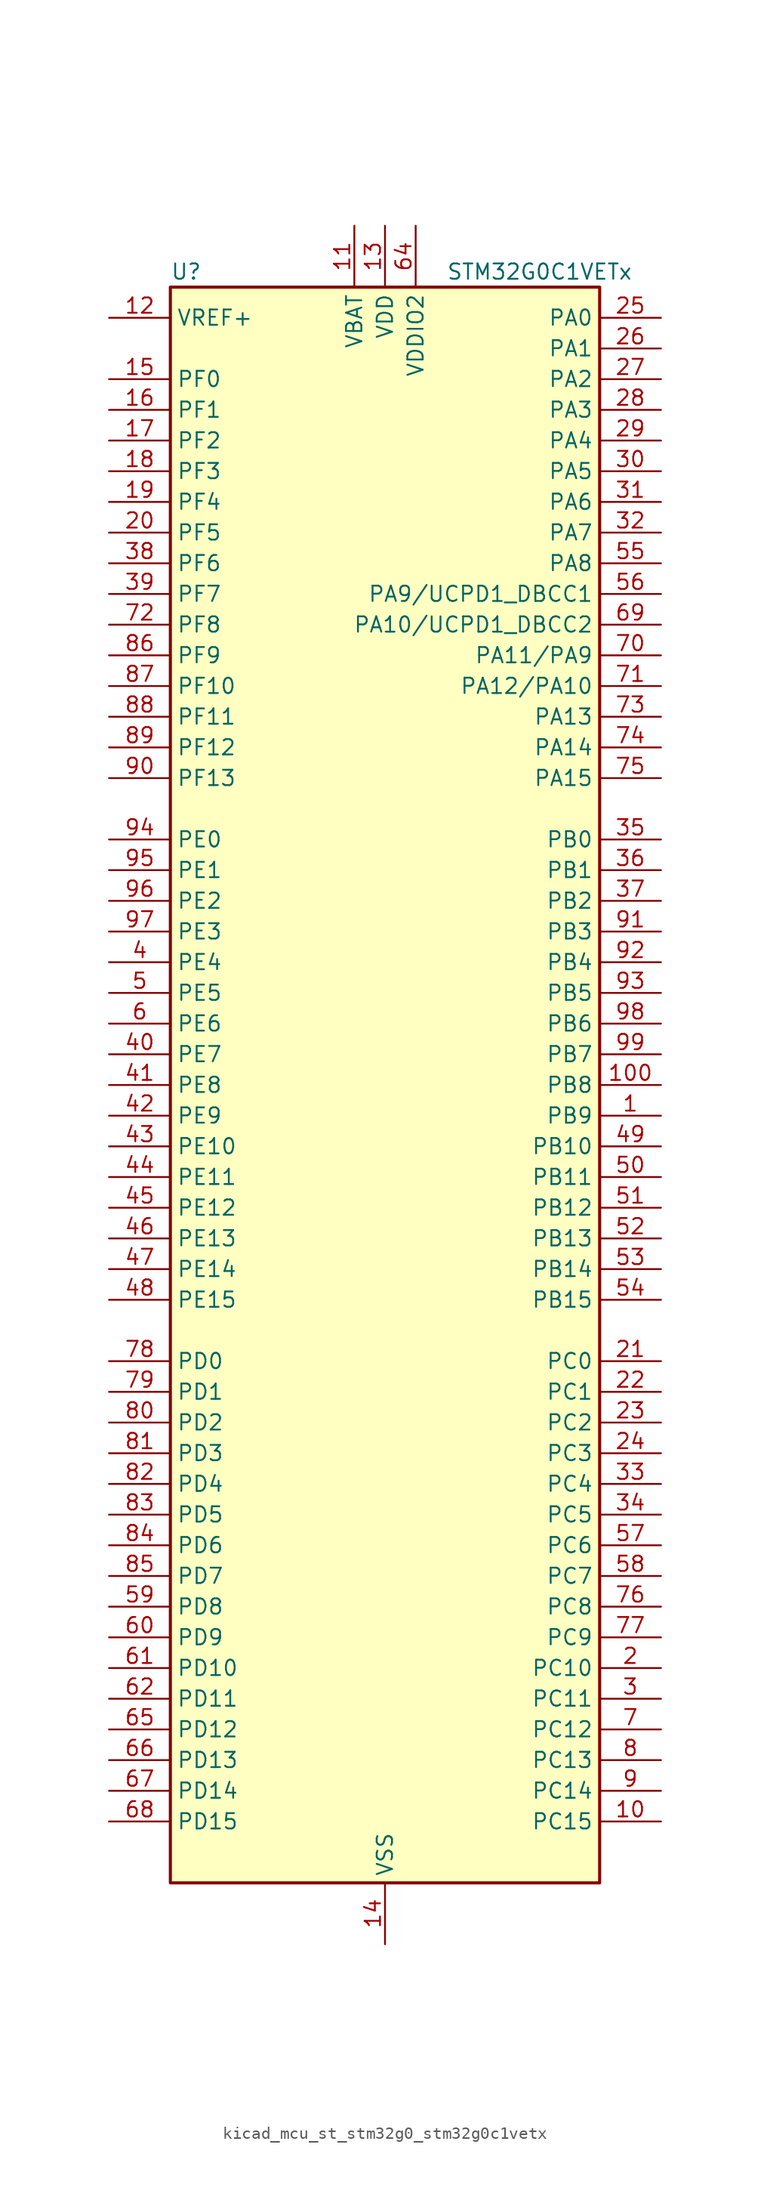
<source format=kicad_sym>
(kicad_symbol_lib
  (version 20220914)
  (generator kicad_symbol_editor)
  (symbol "kicad_mcu_st_stm32g0_stm32g0c1vetx"
    (property "Reference" "U"
      (at -17.78 67.31 0)
      (effects (font (size 1.27 1.27)) (justify left)))
    (property "Value" "STM32G0C1VETx"
      (at 5.08 67.31 0)
      (effects (font (size 1.27 1.27)) (justify left)))
    (property "ki_locked" ""
      (at 0 0 0)
      (effects (font (size 1.27 1.27))))
    (symbol "kicad_mcu_st_stm32g0_stm32g0c1vetx_0_1"
      (rectangle (start -17.78 -66.04) (end 17.78 66.04) (stroke (width 0.254) (type default)) (fill (type background))))
    (symbol "kicad_mcu_st_stm32g0_stm32g0c1vetx_1_1"
      (pin bidirectional line (at 22.86 -2.54 180) (length 5.08) (name "PB9" (effects (font (size 1.27 1.27)))) (number "1" (effects (font (size 1.27 1.27)))) (alternate "DAC1_EXTI9" bidirectional line) (alternate "FDCAN1_TX" bidirectional line) (alternate "I2C1_SDA" bidirectional line) (alternate "I2S2_WS" bidirectional line) (alternate "IR_OUT" bidirectional line) (alternate "SPI2_NSS" bidirectional line) (alternate "TIM17_CH1" bidirectional line) (alternate "TIM4_CH4" bidirectional line) (alternate "UCPD2_FRSTX1" bidirectional line) (alternate "UCPD2_FRSTX2" bidirectional line) (alternate "USART3_RX" bidirectional line) (alternate "USART6_RX" bidirectional line))
      (pin bidirectional line (at 22.86 -60.96 180) (length 5.08) (name "PC15" (effects (font (size 1.27 1.27)))) (number "10" (effects (font (size 1.27 1.27)))) (alternate "RCC_OSC32_EN" bidirectional line) (alternate "RCC_OSC32_OUT" bidirectional line) (alternate "RCC_OSC_EN" bidirectional line) (alternate "TIM15_BK" bidirectional line))
      (pin bidirectional line (at 22.86 0 180) (length 5.08) (name "PB8" (effects (font (size 1.27 1.27)))) (number "100" (effects (font (size 1.27 1.27)))) (alternate "CEC" bidirectional line) (alternate "FDCAN1_RX" bidirectional line) (alternate "I2C1_SCL" bidirectional line) (alternate "I2S2_CK" bidirectional line) (alternate "SPI2_SCK" bidirectional line) (alternate "TIM15_BK" bidirectional line) (alternate "TIM16_CH1" bidirectional line) (alternate "TIM4_CH3" bidirectional line) (alternate "USART3_TX" bidirectional line) (alternate "USART6_TX" bidirectional line))
      (pin power_in line (at -2.54 71.12 270) (length 5.08) (name "VBAT" (effects (font (size 1.27 1.27)))) (number "11" (effects (font (size 1.27 1.27)))))
      (pin input line (at -22.86 63.5 0) (length 5.08) (name "VREF+" (effects (font (size 1.27 1.27)))) (number "12" (effects (font (size 1.27 1.27)))) (alternate "VREFBUF_OUT" bidirectional line))
      (pin power_in line (at 0 71.12 270) (length 5.08) (name "VDD" (effects (font (size 1.27 1.27)))) (number "13" (effects (font (size 1.27 1.27)))))
      (pin power_in line (at 0 -71.12 90) (length 5.08) (name "VSS" (effects (font (size 1.27 1.27)))) (number "14" (effects (font (size 1.27 1.27)))))
      (pin bidirectional line (at -22.86 58.42 0) (length 5.08) (name "PF0" (effects (font (size 1.27 1.27)))) (number "15" (effects (font (size 1.27 1.27)))) (alternate "CRS1_SYNC" bidirectional line) (alternate "RCC_OSC_IN" bidirectional line) (alternate "TIM14_CH1" bidirectional line))
      (pin bidirectional line (at -22.86 55.88 0) (length 5.08) (name "PF1" (effects (font (size 1.27 1.27)))) (number "16" (effects (font (size 1.27 1.27)))) (alternate "RCC_OSC_EN" bidirectional line) (alternate "RCC_OSC_OUT" bidirectional line) (alternate "TIM15_CH1N" bidirectional line))
      (pin bidirectional line (at -22.86 53.34 0) (length 5.08) (name "PF2" (effects (font (size 1.27 1.27)))) (number "17" (effects (font (size 1.27 1.27)))) (alternate "LPUART2_DE" bidirectional line) (alternate "LPUART2_RTS" bidirectional line) (alternate "LPUART2_TX" bidirectional line) (alternate "RCC_MCO" bidirectional line))
      (pin bidirectional line (at -22.86 50.8 0) (length 5.08) (name "PF3" (effects (font (size 1.27 1.27)))) (number "18" (effects (font (size 1.27 1.27)))) (alternate "LPUART2_RX" bidirectional line) (alternate "USART6_CK" bidirectional line) (alternate "USART6_DE" bidirectional line) (alternate "USART6_RTS" bidirectional line))
      (pin bidirectional line (at -22.86 48.26 0) (length 5.08) (name "PF4" (effects (font (size 1.27 1.27)))) (number "19" (effects (font (size 1.27 1.27)))) (alternate "LPUART1_TX" bidirectional line))
      (pin bidirectional line (at 22.86 -48.26 180) (length 5.08) (name "PC10" (effects (font (size 1.27 1.27)))) (number "2" (effects (font (size 1.27 1.27)))) (alternate "SPI3_SCK" bidirectional line) (alternate "TIM1_CH3" bidirectional line) (alternate "USART3_TX" bidirectional line) (alternate "USART4_TX" bidirectional line))
      (pin bidirectional line (at -22.86 45.72 0) (length 5.08) (name "PF5" (effects (font (size 1.27 1.27)))) (number "20" (effects (font (size 1.27 1.27)))) (alternate "LPUART1_RX" bidirectional line))
      (pin bidirectional line (at 22.86 -22.86 180) (length 5.08) (name "PC0" (effects (font (size 1.27 1.27)))) (number "21" (effects (font (size 1.27 1.27)))) (alternate "COMP3_INM" bidirectional line) (alternate "COMP3_OUT" bidirectional line) (alternate "I2C3_SCL" bidirectional line) (alternate "LPTIM1_IN1" bidirectional line) (alternate "LPTIM2_IN1" bidirectional line) (alternate "LPUART1_RX" bidirectional line) (alternate "LPUART2_TX" bidirectional line) (alternate "USART6_TX" bidirectional line))
      (pin bidirectional line (at 22.86 -25.4 180) (length 5.08) (name "PC1" (effects (font (size 1.27 1.27)))) (number "22" (effects (font (size 1.27 1.27)))) (alternate "COMP3_INP" bidirectional line) (alternate "I2C3_SDA" bidirectional line) (alternate "LPTIM1_OUT" bidirectional line) (alternate "LPUART1_TX" bidirectional line) (alternate "LPUART2_RX" bidirectional line) (alternate "TIM15_CH1" bidirectional line) (alternate "USART6_RX" bidirectional line))
      (pin bidirectional line (at 22.86 -27.94 180) (length 5.08) (name "PC2" (effects (font (size 1.27 1.27)))) (number "23" (effects (font (size 1.27 1.27)))) (alternate "COMP3_OUT" bidirectional line) (alternate "FDCAN2_RX" bidirectional line) (alternate "I2S2_MCK" bidirectional line) (alternate "LPTIM1_IN2" bidirectional line) (alternate "SPI2_MISO" bidirectional line) (alternate "TIM15_CH2" bidirectional line))
      (pin bidirectional line (at 22.86 -30.48 180) (length 5.08) (name "PC3" (effects (font (size 1.27 1.27)))) (number "24" (effects (font (size 1.27 1.27)))) (alternate "FDCAN2_TX" bidirectional line) (alternate "I2S2_SD" bidirectional line) (alternate "LPTIM1_ETR" bidirectional line) (alternate "LPTIM2_ETR" bidirectional line) (alternate "SPI2_MOSI" bidirectional line))
      (pin bidirectional line (at 22.86 63.5 180) (length 5.08) (name "PA0" (effects (font (size 1.27 1.27)))) (number "25" (effects (font (size 1.27 1.27)))) (alternate "ADC1_IN0" bidirectional line) (alternate "COMP1_INM" bidirectional line) (alternate "COMP1_OUT" bidirectional line) (alternate "I2S2_CK" bidirectional line) (alternate "LPTIM1_OUT" bidirectional line) (alternate "RTC_TAMP_IN2" bidirectional line) (alternate "SPI2_SCK" bidirectional line) (alternate "SYS_WKUP1" bidirectional line) (alternate "TIM2_CH1" bidirectional line) (alternate "TIM2_ETR" bidirectional line) (alternate "UCPD2_FRSTX1" bidirectional line) (alternate "UCPD2_FRSTX2" bidirectional line) (alternate "USART2_CTS" bidirectional line) (alternate "USART2_NSS" bidirectional line) (alternate "USART4_TX" bidirectional line))
      (pin bidirectional line (at 22.86 60.96 180) (length 5.08) (name "PA1" (effects (font (size 1.27 1.27)))) (number "26" (effects (font (size 1.27 1.27)))) (alternate "ADC1_IN1" bidirectional line) (alternate "COMP1_INP" bidirectional line) (alternate "I2C1_SMBA" bidirectional line) (alternate "I2S1_CK" bidirectional line) (alternate "SPI1_SCK" bidirectional line) (alternate "TIM15_CH1N" bidirectional line) (alternate "TIM2_CH2" bidirectional line) (alternate "USART2_CK" bidirectional line) (alternate "USART2_DE" bidirectional line) (alternate "USART2_RTS" bidirectional line) (alternate "USART4_RX" bidirectional line))
      (pin bidirectional line (at 22.86 58.42 180) (length 5.08) (name "PA2" (effects (font (size 1.27 1.27)))) (number "27" (effects (font (size 1.27 1.27)))) (alternate "ADC1_IN2" bidirectional line) (alternate "COMP2_INM" bidirectional line) (alternate "COMP2_OUT" bidirectional line) (alternate "I2S1_SD" bidirectional line) (alternate "LPUART1_TX" bidirectional line) (alternate "RCC_LSCO" bidirectional line) (alternate "SPI1_MOSI" bidirectional line) (alternate "SYS_WKUP4" bidirectional line) (alternate "TIM15_CH1" bidirectional line) (alternate "TIM2_CH3" bidirectional line) (alternate "UCPD1_FRSTX1" bidirectional line) (alternate "UCPD1_FRSTX2" bidirectional line) (alternate "USART2_TX" bidirectional line))
      (pin bidirectional line (at 22.86 55.88 180) (length 5.08) (name "PA3" (effects (font (size 1.27 1.27)))) (number "28" (effects (font (size 1.27 1.27)))) (alternate "ADC1_IN3" bidirectional line) (alternate "COMP2_INP" bidirectional line) (alternate "I2S2_MCK" bidirectional line) (alternate "LPUART1_RX" bidirectional line) (alternate "SPI2_MISO" bidirectional line) (alternate "TIM15_CH2" bidirectional line) (alternate "TIM2_CH4" bidirectional line) (alternate "UCPD2_FRSTX1" bidirectional line) (alternate "UCPD2_FRSTX2" bidirectional line) (alternate "USART2_RX" bidirectional line))
      (pin bidirectional line (at 22.86 53.34 180) (length 5.08) (name "PA4" (effects (font (size 1.27 1.27)))) (number "29" (effects (font (size 1.27 1.27)))) (alternate "ADC1_IN4" bidirectional line) (alternate "DAC1_OUT1" bidirectional line) (alternate "I2S1_WS" bidirectional line) (alternate "I2S2_SD" bidirectional line) (alternate "LPTIM2_OUT" bidirectional line) (alternate "RTC_OUT2" bidirectional line) (alternate "SPI1_NSS" bidirectional line) (alternate "SPI2_MOSI" bidirectional line) (alternate "SPI3_NSS" bidirectional line) (alternate "TIM14_CH1" bidirectional line) (alternate "UCPD2_FRSTX1" bidirectional line) (alternate "UCPD2_FRSTX2" bidirectional line) (alternate "USART6_TX" bidirectional line) (alternate "USB_NOE" bidirectional line))
      (pin bidirectional line (at 22.86 -50.8 180) (length 5.08) (name "PC11" (effects (font (size 1.27 1.27)))) (number "3" (effects (font (size 1.27 1.27)))) (alternate "ADC1_EXTI11" bidirectional line) (alternate "SPI3_MISO" bidirectional line) (alternate "TIM1_CH4" bidirectional line) (alternate "USART3_RX" bidirectional line) (alternate "USART4_RX" bidirectional line))
      (pin bidirectional line (at 22.86 50.8 180) (length 5.08) (name "PA5" (effects (font (size 1.27 1.27)))) (number "30" (effects (font (size 1.27 1.27)))) (alternate "ADC1_IN5" bidirectional line) (alternate "CEC" bidirectional line) (alternate "DAC1_OUT2" bidirectional line) (alternate "I2S1_CK" bidirectional line) (alternate "LPTIM2_ETR" bidirectional line) (alternate "SPI1_SCK" bidirectional line) (alternate "TIM2_CH1" bidirectional line) (alternate "TIM2_ETR" bidirectional line) (alternate "UCPD1_FRSTX1" bidirectional line) (alternate "UCPD1_FRSTX2" bidirectional line) (alternate "USART3_TX" bidirectional line) (alternate "USART6_RX" bidirectional line))
      (pin bidirectional line (at 22.86 48.26 180) (length 5.08) (name "PA6" (effects (font (size 1.27 1.27)))) (number "31" (effects (font (size 1.27 1.27)))) (alternate "ADC1_IN6" bidirectional line) (alternate "COMP1_OUT" bidirectional line) (alternate "I2C2_SDA" bidirectional line) (alternate "I2C3_SDA" bidirectional line) (alternate "I2S1_MCK" bidirectional line) (alternate "LPUART1_CTS" bidirectional line) (alternate "SPI1_MISO" bidirectional line) (alternate "TIM16_CH1" bidirectional line) (alternate "TIM1_BK" bidirectional line) (alternate "TIM3_CH1" bidirectional line) (alternate "USART3_CTS" bidirectional line) (alternate "USART3_NSS" bidirectional line) (alternate "USART6_CTS" bidirectional line) (alternate "USART6_NSS" bidirectional line))
      (pin bidirectional line (at 22.86 45.72 180) (length 5.08) (name "PA7" (effects (font (size 1.27 1.27)))) (number "32" (effects (font (size 1.27 1.27)))) (alternate "ADC1_IN7" bidirectional line) (alternate "COMP2_OUT" bidirectional line) (alternate "I2C2_SCL" bidirectional line) (alternate "I2C3_SCL" bidirectional line) (alternate "I2S1_SD" bidirectional line) (alternate "SPI1_MOSI" bidirectional line) (alternate "TIM14_CH1" bidirectional line) (alternate "TIM17_CH1" bidirectional line) (alternate "TIM1_CH1N" bidirectional line) (alternate "TIM3_CH2" bidirectional line) (alternate "UCPD1_FRSTX1" bidirectional line) (alternate "UCPD1_FRSTX2" bidirectional line) (alternate "USART6_CK" bidirectional line) (alternate "USART6_DE" bidirectional line) (alternate "USART6_RTS" bidirectional line))
      (pin bidirectional line (at 22.86 -33.02 180) (length 5.08) (name "PC4" (effects (font (size 1.27 1.27)))) (number "33" (effects (font (size 1.27 1.27)))) (alternate "ADC1_IN17" bidirectional line) (alternate "COMP1_INM" bidirectional line) (alternate "FDCAN1_RX" bidirectional line) (alternate "TIM2_CH1" bidirectional line) (alternate "TIM2_ETR" bidirectional line) (alternate "USART1_TX" bidirectional line) (alternate "USART3_TX" bidirectional line))
      (pin bidirectional line (at 22.86 -35.56 180) (length 5.08) (name "PC5" (effects (font (size 1.27 1.27)))) (number "34" (effects (font (size 1.27 1.27)))) (alternate "ADC1_IN18" bidirectional line) (alternate "COMP1_INP" bidirectional line) (alternate "FDCAN1_TX" bidirectional line) (alternate "SYS_WKUP5" bidirectional line) (alternate "TIM2_CH2" bidirectional line) (alternate "USART1_RX" bidirectional line) (alternate "USART3_RX" bidirectional line))
      (pin bidirectional line (at 22.86 20.32 180) (length 5.08) (name "PB0" (effects (font (size 1.27 1.27)))) (number "35" (effects (font (size 1.27 1.27)))) (alternate "ADC1_IN8" bidirectional line) (alternate "COMP1_OUT" bidirectional line) (alternate "COMP3_INP" bidirectional line) (alternate "FDCAN2_RX" bidirectional line) (alternate "I2S1_WS" bidirectional line) (alternate "LPTIM1_OUT" bidirectional line) (alternate "LPUART2_CTS" bidirectional line) (alternate "SPI1_NSS" bidirectional line) (alternate "TIM1_CH2N" bidirectional line) (alternate "TIM3_CH3" bidirectional line) (alternate "UCPD1_FRSTX1" bidirectional line) (alternate "UCPD1_FRSTX2" bidirectional line) (alternate "USART3_RX" bidirectional line) (alternate "USART5_TX" bidirectional line))
      (pin bidirectional line (at 22.86 17.78 180) (length 5.08) (name "PB1" (effects (font (size 1.27 1.27)))) (number "36" (effects (font (size 1.27 1.27)))) (alternate "ADC1_IN9" bidirectional line) (alternate "COMP1_INM" bidirectional line) (alternate "COMP3_OUT" bidirectional line) (alternate "FDCAN2_TX" bidirectional line) (alternate "LPTIM2_IN1" bidirectional line) (alternate "LPUART1_DE" bidirectional line) (alternate "LPUART1_RTS" bidirectional line) (alternate "LPUART2_DE" bidirectional line) (alternate "LPUART2_RTS" bidirectional line) (alternate "TIM14_CH1" bidirectional line) (alternate "TIM1_CH3N" bidirectional line) (alternate "TIM3_CH4" bidirectional line) (alternate "USART3_CK" bidirectional line) (alternate "USART3_DE" bidirectional line) (alternate "USART3_RTS" bidirectional line) (alternate "USART5_RX" bidirectional line))
      (pin bidirectional line (at 22.86 15.24 180) (length 5.08) (name "PB2" (effects (font (size 1.27 1.27)))) (number "37" (effects (font (size 1.27 1.27)))) (alternate "ADC1_IN10" bidirectional line) (alternate "COMP1_INP" bidirectional line) (alternate "COMP3_INM" bidirectional line) (alternate "I2S2_MCK" bidirectional line) (alternate "LPTIM1_OUT" bidirectional line) (alternate "RCC_MCO_2" bidirectional line) (alternate "SPI2_MISO" bidirectional line) (alternate "USART3_TX" bidirectional line))
      (pin bidirectional line (at -22.86 43.18 0) (length 5.08) (name "PF6" (effects (font (size 1.27 1.27)))) (number "38" (effects (font (size 1.27 1.27)))) (alternate "LPUART1_DE" bidirectional line) (alternate "LPUART1_RTS" bidirectional line))
      (pin bidirectional line (at -22.86 40.64 0) (length 5.08) (name "PF7" (effects (font (size 1.27 1.27)))) (number "39" (effects (font (size 1.27 1.27)))) (alternate "LPUART1_CTS" bidirectional line) (alternate "USART5_CTS" bidirectional line) (alternate "USART5_NSS" bidirectional line))
      (pin bidirectional line (at -22.86 10.16 0) (length 5.08) (name "PE4" (effects (font (size 1.27 1.27)))) (number "4" (effects (font (size 1.27 1.27)))) (alternate "TIM3_CH2" bidirectional line))
      (pin bidirectional line (at -22.86 2.54 0) (length 5.08) (name "PE7" (effects (font (size 1.27 1.27)))) (number "40" (effects (font (size 1.27 1.27)))) (alternate "COMP3_INP" bidirectional line) (alternate "TIM1_ETR" bidirectional line) (alternate "USART5_CK" bidirectional line) (alternate "USART5_DE" bidirectional line) (alternate "USART5_RTS" bidirectional line))
      (pin bidirectional line (at -22.86 0 0) (length 5.08) (name "PE8" (effects (font (size 1.27 1.27)))) (number "41" (effects (font (size 1.27 1.27)))) (alternate "COMP3_INM" bidirectional line) (alternate "TIM1_CH1N" bidirectional line) (alternate "USART4_TX" bidirectional line))
      (pin bidirectional line (at -22.86 -2.54 0) (length 5.08) (name "PE9" (effects (font (size 1.27 1.27)))) (number "42" (effects (font (size 1.27 1.27)))) (alternate "DAC1_EXTI9" bidirectional line) (alternate "TIM1_CH1" bidirectional line) (alternate "USART4_RX" bidirectional line))
      (pin bidirectional line (at -22.86 -5.08 0) (length 5.08) (name "PE10" (effects (font (size 1.27 1.27)))) (number "43" (effects (font (size 1.27 1.27)))) (alternate "TIM1_CH2N" bidirectional line) (alternate "USART5_TX" bidirectional line))
      (pin bidirectional line (at -22.86 -7.62 0) (length 5.08) (name "PE11" (effects (font (size 1.27 1.27)))) (number "44" (effects (font (size 1.27 1.27)))) (alternate "ADC1_EXTI11" bidirectional line) (alternate "TIM1_CH2" bidirectional line) (alternate "USART5_RX" bidirectional line))
      (pin bidirectional line (at -22.86 -10.16 0) (length 5.08) (name "PE12" (effects (font (size 1.27 1.27)))) (number "45" (effects (font (size 1.27 1.27)))) (alternate "I2S1_WS" bidirectional line) (alternate "SPI1_NSS" bidirectional line) (alternate "TIM1_CH3N" bidirectional line))
      (pin bidirectional line (at -22.86 -12.7 0) (length 5.08) (name "PE13" (effects (font (size 1.27 1.27)))) (number "46" (effects (font (size 1.27 1.27)))) (alternate "I2S1_CK" bidirectional line) (alternate "SPI1_SCK" bidirectional line) (alternate "TIM1_CH3" bidirectional line))
      (pin bidirectional line (at -22.86 -15.24 0) (length 5.08) (name "PE14" (effects (font (size 1.27 1.27)))) (number "47" (effects (font (size 1.27 1.27)))) (alternate "I2S1_MCK" bidirectional line) (alternate "SPI1_MISO" bidirectional line) (alternate "TIM1_BK2" bidirectional line) (alternate "TIM1_CH4" bidirectional line))
      (pin bidirectional line (at -22.86 -17.78 0) (length 5.08) (name "PE15" (effects (font (size 1.27 1.27)))) (number "48" (effects (font (size 1.27 1.27)))) (alternate "I2S1_SD" bidirectional line) (alternate "SPI1_MOSI" bidirectional line) (alternate "TIM1_BK" bidirectional line))
      (pin bidirectional line (at 22.86 -5.08 180) (length 5.08) (name "PB10" (effects (font (size 1.27 1.27)))) (number "49" (effects (font (size 1.27 1.27)))) (alternate "ADC1_IN11" bidirectional line) (alternate "CEC" bidirectional line) (alternate "COMP1_OUT" bidirectional line) (alternate "I2C2_SCL" bidirectional line) (alternate "I2S2_CK" bidirectional line) (alternate "LPUART1_RX" bidirectional line) (alternate "SPI2_SCK" bidirectional line) (alternate "TIM2_CH3" bidirectional line) (alternate "USART3_TX" bidirectional line))
      (pin bidirectional line (at -22.86 7.62 0) (length 5.08) (name "PE5" (effects (font (size 1.27 1.27)))) (number "5" (effects (font (size 1.27 1.27)))) (alternate "TIM3_CH3" bidirectional line))
      (pin bidirectional line (at 22.86 -7.62 180) (length 5.08) (name "PB11" (effects (font (size 1.27 1.27)))) (number "50" (effects (font (size 1.27 1.27)))) (alternate "ADC1_EXTI11" bidirectional line) (alternate "ADC1_IN15" bidirectional line) (alternate "COMP2_OUT" bidirectional line) (alternate "I2C2_SDA" bidirectional line) (alternate "I2S2_SD" bidirectional line) (alternate "LPUART1_TX" bidirectional line) (alternate "SPI2_MOSI" bidirectional line) (alternate "TIM2_CH4" bidirectional line) (alternate "USART3_RX" bidirectional line))
      (pin bidirectional line (at 22.86 -10.16 180) (length 5.08) (name "PB12" (effects (font (size 1.27 1.27)))) (number "51" (effects (font (size 1.27 1.27)))) (alternate "ADC1_IN16" bidirectional line) (alternate "FDCAN2_RX" bidirectional line) (alternate "I2C2_SMBA" bidirectional line) (alternate "I2S2_WS" bidirectional line) (alternate "LPUART1_DE" bidirectional line) (alternate "LPUART1_RTS" bidirectional line) (alternate "SPI2_NSS" bidirectional line) (alternate "TIM15_BK" bidirectional line) (alternate "TIM1_BK" bidirectional line) (alternate "UCPD2_FRSTX1" bidirectional line) (alternate "UCPD2_FRSTX2" bidirectional line))
      (pin bidirectional line (at 22.86 -12.7 180) (length 5.08) (name "PB13" (effects (font (size 1.27 1.27)))) (number "52" (effects (font (size 1.27 1.27)))) (alternate "FDCAN2_TX" bidirectional line) (alternate "I2C2_SCL" bidirectional line) (alternate "I2S2_CK" bidirectional line) (alternate "LPUART1_CTS" bidirectional line) (alternate "SPI2_SCK" bidirectional line) (alternate "TIM15_CH1N" bidirectional line) (alternate "TIM1_CH1N" bidirectional line) (alternate "USART3_CTS" bidirectional line) (alternate "USART3_NSS" bidirectional line))
      (pin bidirectional line (at 22.86 -15.24 180) (length 5.08) (name "PB14" (effects (font (size 1.27 1.27)))) (number "53" (effects (font (size 1.27 1.27)))) (alternate "I2C2_SDA" bidirectional line) (alternate "I2S2_MCK" bidirectional line) (alternate "SPI2_MISO" bidirectional line) (alternate "TIM15_CH1" bidirectional line) (alternate "TIM1_CH2N" bidirectional line) (alternate "UCPD1_FRSTX1" bidirectional line) (alternate "UCPD1_FRSTX2" bidirectional line) (alternate "USART3_CK" bidirectional line) (alternate "USART3_DE" bidirectional line) (alternate "USART3_RTS" bidirectional line) (alternate "USART6_CK" bidirectional line) (alternate "USART6_DE" bidirectional line) (alternate "USART6_RTS" bidirectional line))
      (pin bidirectional line (at 22.86 -17.78 180) (length 5.08) (name "PB15" (effects (font (size 1.27 1.27)))) (number "54" (effects (font (size 1.27 1.27)))) (alternate "I2S2_SD" bidirectional line) (alternate "RTC_REFIN" bidirectional line) (alternate "SPI2_MOSI" bidirectional line) (alternate "TIM15_CH1N" bidirectional line) (alternate "TIM15_CH2" bidirectional line) (alternate "TIM1_CH3N" bidirectional line) (alternate "UCPD1_CC2" bidirectional line) (alternate "USART6_CTS" bidirectional line) (alternate "USART6_NSS" bidirectional line))
      (pin bidirectional line (at 22.86 43.18 180) (length 5.08) (name "PA8" (effects (font (size 1.27 1.27)))) (number "55" (effects (font (size 1.27 1.27)))) (alternate "CRS1_SYNC" bidirectional line) (alternate "I2C2_SMBA" bidirectional line) (alternate "I2S2_WS" bidirectional line) (alternate "LPTIM2_OUT" bidirectional line) (alternate "RCC_MCO" bidirectional line) (alternate "SPI2_NSS" bidirectional line) (alternate "TIM1_CH1" bidirectional line) (alternate "UCPD1_CC1" bidirectional line))
      (pin bidirectional line (at 22.86 40.64 180) (length 5.08) (name "PA9/UCPD1_DBCC1" (effects (font (size 1.27 1.27)))) (number "56" (effects (font (size 1.27 1.27)))) (alternate "DAC1_EXTI9" bidirectional line) (alternate "I2C1_SCL" bidirectional line) (alternate "I2C2_SCL" bidirectional line) (alternate "I2S2_MCK" bidirectional line) (alternate "RCC_MCO" bidirectional line) (alternate "SPI2_MISO" bidirectional line) (alternate "TIM15_BK" bidirectional line) (alternate "TIM1_CH2" bidirectional line) (alternate "UCPD1_DBCC1" bidirectional line) (alternate "USART1_TX" bidirectional line))
      (pin bidirectional line (at 22.86 -38.1 180) (length 5.08) (name "PC6" (effects (font (size 1.27 1.27)))) (number "57" (effects (font (size 1.27 1.27)))) (alternate "LPUART2_TX" bidirectional line) (alternate "TIM2_CH3" bidirectional line) (alternate "TIM3_CH1" bidirectional line) (alternate "UCPD1_FRSTX1" bidirectional line) (alternate "UCPD1_FRSTX2" bidirectional line))
      (pin bidirectional line (at 22.86 -40.64 180) (length 5.08) (name "PC7" (effects (font (size 1.27 1.27)))) (number "58" (effects (font (size 1.27 1.27)))) (alternate "LPUART2_RX" bidirectional line) (alternate "TIM2_CH4" bidirectional line) (alternate "TIM3_CH2" bidirectional line) (alternate "UCPD2_FRSTX1" bidirectional line) (alternate "UCPD2_FRSTX2" bidirectional line))
      (pin bidirectional line (at -22.86 -43.18 0) (length 5.08) (name "PD8" (effects (font (size 1.27 1.27)))) (number "59" (effects (font (size 1.27 1.27)))) (alternate "I2S1_CK" bidirectional line) (alternate "LPTIM1_OUT" bidirectional line) (alternate "SPI1_SCK" bidirectional line) (alternate "USART3_TX" bidirectional line))
      (pin bidirectional line (at -22.86 5.08 0) (length 5.08) (name "PE6" (effects (font (size 1.27 1.27)))) (number "6" (effects (font (size 1.27 1.27)))) (alternate "RTC_TAMP_IN3" bidirectional line) (alternate "SYS_WKUP3" bidirectional line) (alternate "TIM3_CH4" bidirectional line))
      (pin bidirectional line (at -22.86 -45.72 0) (length 5.08) (name "PD9" (effects (font (size 1.27 1.27)))) (number "60" (effects (font (size 1.27 1.27)))) (alternate "DAC1_EXTI9" bidirectional line) (alternate "I2S1_WS" bidirectional line) (alternate "SPI1_NSS" bidirectional line) (alternate "TIM1_BK2" bidirectional line) (alternate "USART3_RX" bidirectional line))
      (pin bidirectional line (at -22.86 -48.26 0) (length 5.08) (name "PD10" (effects (font (size 1.27 1.27)))) (number "61" (effects (font (size 1.27 1.27)))) (alternate "RCC_MCO" bidirectional line))
      (pin bidirectional line (at -22.86 -50.8 0) (length 5.08) (name "PD11" (effects (font (size 1.27 1.27)))) (number "62" (effects (font (size 1.27 1.27)))) (alternate "ADC1_EXTI11" bidirectional line) (alternate "LPTIM2_ETR" bidirectional line) (alternate "USART3_CTS" bidirectional line) (alternate "USART3_NSS" bidirectional line))
      (pin passive line (at 0 -71.12 90) (length 5.08) hide (name "VSS" (effects (font (size 1.27 1.27)))) (number "63" (effects (font (size 1.27 1.27)))))
      (pin power_in line (at 2.54 71.12 270) (length 5.08) (name "VDDIO2" (effects (font (size 1.27 1.27)))) (number "64" (effects (font (size 1.27 1.27)))))
      (pin bidirectional line (at -22.86 -53.34 0) (length 5.08) (name "PD12" (effects (font (size 1.27 1.27)))) (number "65" (effects (font (size 1.27 1.27)))) (alternate "FDCAN1_RX" bidirectional line) (alternate "LPTIM2_IN1" bidirectional line) (alternate "TIM4_CH1" bidirectional line) (alternate "USART3_CK" bidirectional line) (alternate "USART3_DE" bidirectional line) (alternate "USART3_RTS" bidirectional line))
      (pin bidirectional line (at -22.86 -55.88 0) (length 5.08) (name "PD13" (effects (font (size 1.27 1.27)))) (number "66" (effects (font (size 1.27 1.27)))) (alternate "FDCAN1_TX" bidirectional line) (alternate "LPTIM2_OUT" bidirectional line) (alternate "TIM4_CH2" bidirectional line))
      (pin bidirectional line (at -22.86 -58.42 0) (length 5.08) (name "PD14" (effects (font (size 1.27 1.27)))) (number "67" (effects (font (size 1.27 1.27)))) (alternate "FDCAN2_RX" bidirectional line) (alternate "LPUART2_CTS" bidirectional line) (alternate "TIM4_CH3" bidirectional line))
      (pin bidirectional line (at -22.86 -60.96 0) (length 5.08) (name "PD15" (effects (font (size 1.27 1.27)))) (number "68" (effects (font (size 1.27 1.27)))) (alternate "CRS1_SYNC" bidirectional line) (alternate "FDCAN2_TX" bidirectional line) (alternate "LPUART2_DE" bidirectional line) (alternate "LPUART2_RTS" bidirectional line) (alternate "TIM4_CH4" bidirectional line))
      (pin bidirectional line (at 22.86 38.1 180) (length 5.08) (name "PA10/UCPD1_DBCC2" (effects (font (size 1.27 1.27)))) (number "69" (effects (font (size 1.27 1.27)))) (alternate "I2C1_SDA" bidirectional line) (alternate "I2C2_SDA" bidirectional line) (alternate "I2S2_SD" bidirectional line) (alternate "RCC_MCO_2" bidirectional line) (alternate "SPI2_MOSI" bidirectional line) (alternate "TIM17_BK" bidirectional line) (alternate "TIM1_CH3" bidirectional line) (alternate "UCPD1_DBCC2" bidirectional line) (alternate "USART1_RX" bidirectional line))
      (pin bidirectional line (at 22.86 -53.34 180) (length 5.08) (name "PC12" (effects (font (size 1.27 1.27)))) (number "7" (effects (font (size 1.27 1.27)))) (alternate "LPTIM1_IN1" bidirectional line) (alternate "SPI3_MOSI" bidirectional line) (alternate "TIM14_CH1" bidirectional line) (alternate "UCPD1_FRSTX1" bidirectional line) (alternate "UCPD1_FRSTX2" bidirectional line) (alternate "USART5_TX" bidirectional line))
      (pin bidirectional line (at 22.86 35.56 180) (length 5.08) (name "PA11/PA9" (effects (font (size 1.27 1.27)))) (number "70" (effects (font (size 1.27 1.27)))) (alternate "ADC1_EXTI11" bidirectional line) (alternate "COMP1_OUT" bidirectional line) (alternate "FDCAN1_RX" bidirectional line) (alternate "I2C2_SCL" bidirectional line) (alternate "I2S1_MCK" bidirectional line) (alternate "SPI1_MISO" bidirectional line) (alternate "TIM1_BK2" bidirectional line) (alternate "TIM1_CH4" bidirectional line) (alternate "USART1_CTS" bidirectional line) (alternate "USART1_NSS" bidirectional line) (alternate "USB_DM" bidirectional line))
      (pin bidirectional line (at 22.86 33.02 180) (length 5.08) (name "PA12/PA10" (effects (font (size 1.27 1.27)))) (number "71" (effects (font (size 1.27 1.27)))) (alternate "COMP2_OUT" bidirectional line) (alternate "FDCAN1_TX" bidirectional line) (alternate "I2C2_SDA" bidirectional line) (alternate "I2S1_SD" bidirectional line) (alternate "I2S_CKIN" bidirectional line) (alternate "SPI1_MOSI" bidirectional line) (alternate "TIM1_ETR" bidirectional line) (alternate "USART1_CK" bidirectional line) (alternate "USART1_DE" bidirectional line) (alternate "USART1_RTS" bidirectional line) (alternate "USB_DP" bidirectional line))
      (pin bidirectional line (at -22.86 38.1 0) (length 5.08) (name "PF8" (effects (font (size 1.27 1.27)))) (number "72" (effects (font (size 1.27 1.27)))))
      (pin bidirectional line (at 22.86 30.48 180) (length 5.08) (name "PA13" (effects (font (size 1.27 1.27)))) (number "73" (effects (font (size 1.27 1.27)))) (alternate "IR_OUT" bidirectional line) (alternate "LPUART2_RX" bidirectional line) (alternate "SYS_SWDIO" bidirectional line) (alternate "USB_NOE" bidirectional line))
      (pin bidirectional line (at 22.86 27.94 180) (length 5.08) (name "PA14" (effects (font (size 1.27 1.27)))) (number "74" (effects (font (size 1.27 1.27)))) (alternate "LPUART2_TX" bidirectional line) (alternate "SYS_SWCLK" bidirectional line) (alternate "USART2_TX" bidirectional line))
      (pin bidirectional line (at 22.86 25.4 180) (length 5.08) (name "PA15" (effects (font (size 1.27 1.27)))) (number "75" (effects (font (size 1.27 1.27)))) (alternate "I2C2_SMBA" bidirectional line) (alternate "I2S1_WS" bidirectional line) (alternate "RCC_MCO_2" bidirectional line) (alternate "SPI1_NSS" bidirectional line) (alternate "SPI3_NSS" bidirectional line) (alternate "TIM2_CH1" bidirectional line) (alternate "TIM2_ETR" bidirectional line) (alternate "USART2_RX" bidirectional line) (alternate "USART3_CK" bidirectional line) (alternate "USART3_DE" bidirectional line) (alternate "USART3_RTS" bidirectional line) (alternate "USART4_CK" bidirectional line) (alternate "USART4_DE" bidirectional line) (alternate "USART4_RTS" bidirectional line) (alternate "USB_NOE" bidirectional line))
      (pin bidirectional line (at 22.86 -43.18 180) (length 5.08) (name "PC8" (effects (font (size 1.27 1.27)))) (number "76" (effects (font (size 1.27 1.27)))) (alternate "LPUART2_CTS" bidirectional line) (alternate "TIM1_CH1" bidirectional line) (alternate "TIM3_CH3" bidirectional line) (alternate "UCPD2_FRSTX1" bidirectional line) (alternate "UCPD2_FRSTX2" bidirectional line))
      (pin bidirectional line (at 22.86 -45.72 180) (length 5.08) (name "PC9" (effects (font (size 1.27 1.27)))) (number "77" (effects (font (size 1.27 1.27)))) (alternate "DAC1_EXTI9" bidirectional line) (alternate "I2S_CKIN" bidirectional line) (alternate "LPUART2_DE" bidirectional line) (alternate "LPUART2_RTS" bidirectional line) (alternate "TIM1_CH2" bidirectional line) (alternate "TIM3_CH4" bidirectional line) (alternate "USB_NOE" bidirectional line))
      (pin bidirectional line (at -22.86 -22.86 0) (length 5.08) (name "PD0" (effects (font (size 1.27 1.27)))) (number "78" (effects (font (size 1.27 1.27)))) (alternate "FDCAN1_RX" bidirectional line) (alternate "I2S2_WS" bidirectional line) (alternate "SPI2_NSS" bidirectional line) (alternate "TIM16_CH1" bidirectional line) (alternate "UCPD2_CC1" bidirectional line))
      (pin bidirectional line (at -22.86 -25.4 0) (length 5.08) (name "PD1" (effects (font (size 1.27 1.27)))) (number "79" (effects (font (size 1.27 1.27)))) (alternate "FDCAN1_TX" bidirectional line) (alternate "I2S2_CK" bidirectional line) (alternate "SPI2_SCK" bidirectional line) (alternate "TIM17_CH1" bidirectional line) (alternate "UCPD2_DBCC1" bidirectional line))
      (pin bidirectional line (at 22.86 -55.88 180) (length 5.08) (name "PC13" (effects (font (size 1.27 1.27)))) (number "8" (effects (font (size 1.27 1.27)))) (alternate "RTC_OUT1" bidirectional line) (alternate "RTC_TAMP_IN1" bidirectional line) (alternate "RTC_TS" bidirectional line) (alternate "SYS_WKUP2" bidirectional line) (alternate "TIM1_BK" bidirectional line))
      (pin bidirectional line (at -22.86 -27.94 0) (length 5.08) (name "PD2" (effects (font (size 1.27 1.27)))) (number "80" (effects (font (size 1.27 1.27)))) (alternate "TIM1_CH1N" bidirectional line) (alternate "TIM3_ETR" bidirectional line) (alternate "UCPD2_CC2" bidirectional line) (alternate "USART3_CK" bidirectional line) (alternate "USART3_DE" bidirectional line) (alternate "USART3_RTS" bidirectional line) (alternate "USART5_RX" bidirectional line))
      (pin bidirectional line (at -22.86 -30.48 0) (length 5.08) (name "PD3" (effects (font (size 1.27 1.27)))) (number "81" (effects (font (size 1.27 1.27)))) (alternate "I2S2_MCK" bidirectional line) (alternate "SPI2_MISO" bidirectional line) (alternate "TIM1_CH2N" bidirectional line) (alternate "UCPD2_DBCC2" bidirectional line) (alternate "USART2_CTS" bidirectional line) (alternate "USART2_NSS" bidirectional line) (alternate "USART5_TX" bidirectional line))
      (pin bidirectional line (at -22.86 -33.02 0) (length 5.08) (name "PD4" (effects (font (size 1.27 1.27)))) (number "82" (effects (font (size 1.27 1.27)))) (alternate "I2S2_SD" bidirectional line) (alternate "SPI2_MOSI" bidirectional line) (alternate "TIM1_CH3N" bidirectional line) (alternate "USART2_CK" bidirectional line) (alternate "USART2_DE" bidirectional line) (alternate "USART2_RTS" bidirectional line) (alternate "USART5_CK" bidirectional line) (alternate "USART5_DE" bidirectional line) (alternate "USART5_RTS" bidirectional line))
      (pin bidirectional line (at -22.86 -35.56 0) (length 5.08) (name "PD5" (effects (font (size 1.27 1.27)))) (number "83" (effects (font (size 1.27 1.27)))) (alternate "I2S1_MCK" bidirectional line) (alternate "SPI1_MISO" bidirectional line) (alternate "TIM1_BK" bidirectional line) (alternate "USART2_TX" bidirectional line) (alternate "USART5_CTS" bidirectional line) (alternate "USART5_NSS" bidirectional line))
      (pin bidirectional line (at -22.86 -38.1 0) (length 5.08) (name "PD6" (effects (font (size 1.27 1.27)))) (number "84" (effects (font (size 1.27 1.27)))) (alternate "I2S1_SD" bidirectional line) (alternate "LPTIM2_OUT" bidirectional line) (alternate "SPI1_MOSI" bidirectional line) (alternate "USART2_RX" bidirectional line))
      (pin bidirectional line (at -22.86 -40.64 0) (length 5.08) (name "PD7" (effects (font (size 1.27 1.27)))) (number "85" (effects (font (size 1.27 1.27)))) (alternate "RCC_MCO_2" bidirectional line))
      (pin bidirectional line (at -22.86 35.56 0) (length 5.08) (name "PF9" (effects (font (size 1.27 1.27)))) (number "86" (effects (font (size 1.27 1.27)))) (alternate "DAC1_EXTI9" bidirectional line) (alternate "USART6_TX" bidirectional line))
      (pin bidirectional line (at -22.86 33.02 0) (length 5.08) (name "PF10" (effects (font (size 1.27 1.27)))) (number "87" (effects (font (size 1.27 1.27)))) (alternate "USART6_RX" bidirectional line))
      (pin bidirectional line (at -22.86 30.48 0) (length 5.08) (name "PF11" (effects (font (size 1.27 1.27)))) (number "88" (effects (font (size 1.27 1.27)))) (alternate "ADC1_EXTI11" bidirectional line) (alternate "USART6_CK" bidirectional line) (alternate "USART6_DE" bidirectional line) (alternate "USART6_RTS" bidirectional line))
      (pin bidirectional line (at -22.86 27.94 0) (length 5.08) (name "PF12" (effects (font (size 1.27 1.27)))) (number "89" (effects (font (size 1.27 1.27)))) (alternate "TIM15_CH1" bidirectional line) (alternate "USART6_CTS" bidirectional line) (alternate "USART6_NSS" bidirectional line))
      (pin bidirectional line (at 22.86 -58.42 180) (length 5.08) (name "PC14" (effects (font (size 1.27 1.27)))) (number "9" (effects (font (size 1.27 1.27)))) (alternate "RCC_OSC32_IN" bidirectional line) (alternate "TIM1_BK2" bidirectional line))
      (pin bidirectional line (at -22.86 25.4 0) (length 5.08) (name "PF13" (effects (font (size 1.27 1.27)))) (number "90" (effects (font (size 1.27 1.27)))) (alternate "TIM15_CH2" bidirectional line))
      (pin bidirectional line (at 22.86 12.7 180) (length 5.08) (name "PB3" (effects (font (size 1.27 1.27)))) (number "91" (effects (font (size 1.27 1.27)))) (alternate "COMP2_INM" bidirectional line) (alternate "I2C2_SCL" bidirectional line) (alternate "I2C3_SCL" bidirectional line) (alternate "I2S1_CK" bidirectional line) (alternate "SPI1_SCK" bidirectional line) (alternate "SPI3_SCK" bidirectional line) (alternate "TIM1_CH2" bidirectional line) (alternate "TIM2_CH2" bidirectional line) (alternate "USART1_CK" bidirectional line) (alternate "USART1_DE" bidirectional line) (alternate "USART1_RTS" bidirectional line) (alternate "USART5_TX" bidirectional line))
      (pin bidirectional line (at 22.86 10.16 180) (length 5.08) (name "PB4" (effects (font (size 1.27 1.27)))) (number "92" (effects (font (size 1.27 1.27)))) (alternate "COMP2_INP" bidirectional line) (alternate "I2C2_SDA" bidirectional line) (alternate "I2C3_SDA" bidirectional line) (alternate "I2S1_MCK" bidirectional line) (alternate "SPI1_MISO" bidirectional line) (alternate "SPI3_MISO" bidirectional line) (alternate "TIM17_BK" bidirectional line) (alternate "TIM3_CH1" bidirectional line) (alternate "USART1_CTS" bidirectional line) (alternate "USART1_NSS" bidirectional line) (alternate "USART5_RX" bidirectional line))
      (pin bidirectional line (at 22.86 7.62 180) (length 5.08) (name "PB5" (effects (font (size 1.27 1.27)))) (number "93" (effects (font (size 1.27 1.27)))) (alternate "COMP2_OUT" bidirectional line) (alternate "FDCAN2_RX" bidirectional line) (alternate "I2C1_SMBA" bidirectional line) (alternate "I2S1_SD" bidirectional line) (alternate "LPTIM1_IN1" bidirectional line) (alternate "SPI1_MOSI" bidirectional line) (alternate "SPI3_MOSI" bidirectional line) (alternate "SYS_WKUP6" bidirectional line) (alternate "TIM16_BK" bidirectional line) (alternate "TIM3_CH2" bidirectional line) (alternate "USART5_CK" bidirectional line) (alternate "USART5_DE" bidirectional line) (alternate "USART5_RTS" bidirectional line))
      (pin bidirectional line (at -22.86 20.32 0) (length 5.08) (name "PE0" (effects (font (size 1.27 1.27)))) (number "94" (effects (font (size 1.27 1.27)))) (alternate "TIM16_CH1" bidirectional line) (alternate "TIM4_ETR" bidirectional line))
      (pin bidirectional line (at -22.86 17.78 0) (length 5.08) (name "PE1" (effects (font (size 1.27 1.27)))) (number "95" (effects (font (size 1.27 1.27)))) (alternate "TIM17_CH1" bidirectional line))
      (pin bidirectional line (at -22.86 15.24 0) (length 5.08) (name "PE2" (effects (font (size 1.27 1.27)))) (number "96" (effects (font (size 1.27 1.27)))) (alternate "TIM3_ETR" bidirectional line))
      (pin bidirectional line (at -22.86 12.7 0) (length 5.08) (name "PE3" (effects (font (size 1.27 1.27)))) (number "97" (effects (font (size 1.27 1.27)))) (alternate "TIM3_CH1" bidirectional line))
      (pin bidirectional line (at 22.86 5.08 180) (length 5.08) (name "PB6" (effects (font (size 1.27 1.27)))) (number "98" (effects (font (size 1.27 1.27)))) (alternate "COMP2_INP" bidirectional line) (alternate "FDCAN2_TX" bidirectional line) (alternate "I2C1_SCL" bidirectional line) (alternate "I2S2_MCK" bidirectional line) (alternate "LPTIM1_ETR" bidirectional line) (alternate "LPUART2_TX" bidirectional line) (alternate "SPI2_MISO" bidirectional line) (alternate "TIM16_CH1N" bidirectional line) (alternate "TIM1_CH3" bidirectional line) (alternate "TIM4_CH1" bidirectional line) (alternate "USART1_TX" bidirectional line) (alternate "USART5_CTS" bidirectional line) (alternate "USART5_NSS" bidirectional line))
      (pin bidirectional line (at 22.86 2.54 180) (length 5.08) (name "PB7" (effects (font (size 1.27 1.27)))) (number "99" (effects (font (size 1.27 1.27)))) (alternate "COMP2_INM" bidirectional line) (alternate "I2C1_SDA" bidirectional line) (alternate "I2S2_SD" bidirectional line) (alternate "LPTIM1_IN2" bidirectional line) (alternate "LPUART2_RX" bidirectional line) (alternate "SPI2_MOSI" bidirectional line) (alternate "SYS_PVD_IN" bidirectional line) (alternate "TIM17_CH1N" bidirectional line) (alternate "TIM4_CH2" bidirectional line) (alternate "USART1_RX" bidirectional line) (alternate "USART4_CTS" bidirectional line) (alternate "USART4_NSS" bidirectional line)))))
</source>
